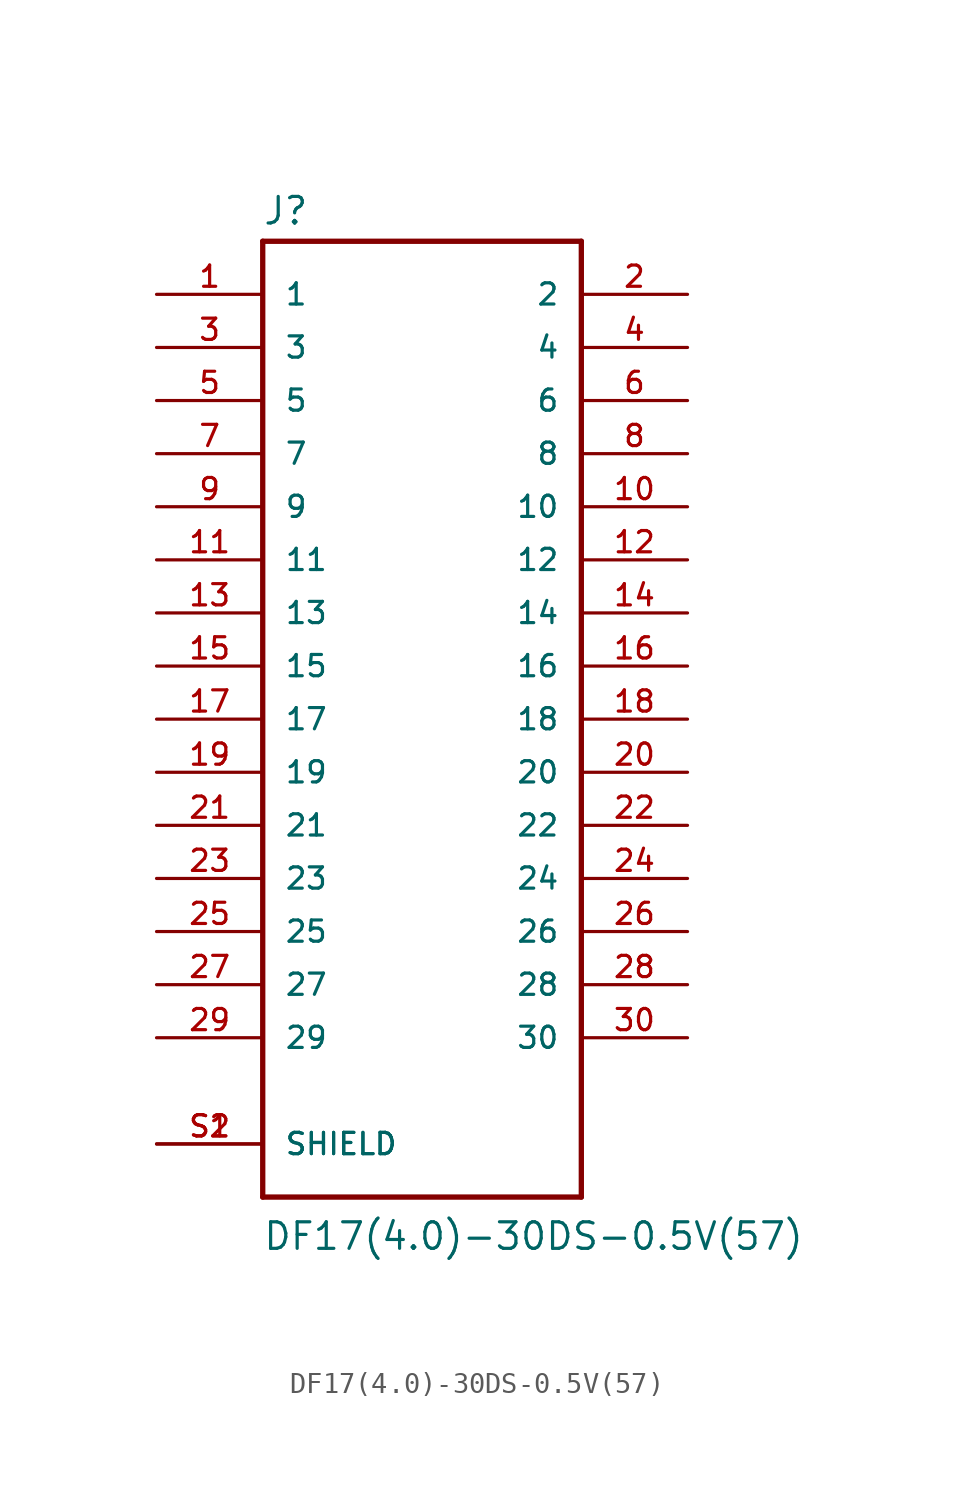
<source format=kicad_sym>
(kicad_symbol_lib
  (version 20220914)
  (generator kicad_symbol_editor)
  (symbol "DF17(4.0)-30DS-0.5V(57)"
    (pin_names
      (offset 1.016))
    (property "Reference" "J"
      (at -7.645 23.571 0)
      (effects (font (size 1.27 1.27)) (justify left bottom)))
    (property "Value" "DF17(4.0)-30DS-0.5V(57)"
      (at -7.645 -25.476 0)
      (effects (font (size 1.27 1.27)) (justify left bottom)))
    (property "ki_locked" ""
      (at 0 0 0)
      (effects (font (size 1.27 1.27))))
    (symbol "DF17(4.0)-30DS-0.5V(57)_0_0"
      (polyline (pts (xy -7.62 -22.86) (xy -7.62 22.86)) (stroke (width 0.254) (type solid)) (fill (type none)))
      (polyline (pts (xy -7.62 22.86) (xy 7.62 22.86)) (stroke (width 0.254) (type solid)) (fill (type none)))
      (polyline (pts (xy 7.62 -22.86) (xy -7.62 -22.86)) (stroke (width 0.254) (type solid)) (fill (type none)))
      (polyline (pts (xy 7.62 22.86) (xy 7.62 -22.86)) (stroke (width 0.254) (type solid)) (fill (type none)))
      (pin passive line (at -12.7 20.32 0) (length 5.08) (name "1" (effects (font (size 1.016 1.016)))) (number "1" (effects (font (size 1.016 1.016)))))
      (pin passive line (at 12.7 10.16 180) (length 5.08) (name "10" (effects (font (size 1.016 1.016)))) (number "10" (effects (font (size 1.016 1.016)))))
      (pin passive line (at -12.7 7.62 0) (length 5.08) (name "11" (effects (font (size 1.016 1.016)))) (number "11" (effects (font (size 1.016 1.016)))))
      (pin passive line (at 12.7 7.62 180) (length 5.08) (name "12" (effects (font (size 1.016 1.016)))) (number "12" (effects (font (size 1.016 1.016)))))
      (pin passive line (at -12.7 5.08 0) (length 5.08) (name "13" (effects (font (size 1.016 1.016)))) (number "13" (effects (font (size 1.016 1.016)))))
      (pin passive line (at 12.7 5.08 180) (length 5.08) (name "14" (effects (font (size 1.016 1.016)))) (number "14" (effects (font (size 1.016 1.016)))))
      (pin passive line (at -12.7 2.54 0) (length 5.08) (name "15" (effects (font (size 1.016 1.016)))) (number "15" (effects (font (size 1.016 1.016)))))
      (pin passive line (at 12.7 2.54 180) (length 5.08) (name "16" (effects (font (size 1.016 1.016)))) (number "16" (effects (font (size 1.016 1.016)))))
      (pin passive line (at -12.7 0 0) (length 5.08) (name "17" (effects (font (size 1.016 1.016)))) (number "17" (effects (font (size 1.016 1.016)))))
      (pin passive line (at 12.7 0 180) (length 5.08) (name "18" (effects (font (size 1.016 1.016)))) (number "18" (effects (font (size 1.016 1.016)))))
      (pin passive line (at -12.7 -2.54 0) (length 5.08) (name "19" (effects (font (size 1.016 1.016)))) (number "19" (effects (font (size 1.016 1.016)))))
      (pin passive line (at 12.7 20.32 180) (length 5.08) (name "2" (effects (font (size 1.016 1.016)))) (number "2" (effects (font (size 1.016 1.016)))))
      (pin passive line (at 12.7 -2.54 180) (length 5.08) (name "20" (effects (font (size 1.016 1.016)))) (number "20" (effects (font (size 1.016 1.016)))))
      (pin passive line (at -12.7 -5.08 0) (length 5.08) (name "21" (effects (font (size 1.016 1.016)))) (number "21" (effects (font (size 1.016 1.016)))))
      (pin passive line (at 12.7 -5.08 180) (length 5.08) (name "22" (effects (font (size 1.016 1.016)))) (number "22" (effects (font (size 1.016 1.016)))))
      (pin passive line (at -12.7 -7.62 0) (length 5.08) (name "23" (effects (font (size 1.016 1.016)))) (number "23" (effects (font (size 1.016 1.016)))))
      (pin passive line (at 12.7 -7.62 180) (length 5.08) (name "24" (effects (font (size 1.016 1.016)))) (number "24" (effects (font (size 1.016 1.016)))))
      (pin passive line (at -12.7 -10.16 0) (length 5.08) (name "25" (effects (font (size 1.016 1.016)))) (number "25" (effects (font (size 1.016 1.016)))))
      (pin passive line (at 12.7 -10.16 180) (length 5.08) (name "26" (effects (font (size 1.016 1.016)))) (number "26" (effects (font (size 1.016 1.016)))))
      (pin passive line (at -12.7 -12.7 0) (length 5.08) (name "27" (effects (font (size 1.016 1.016)))) (number "27" (effects (font (size 1.016 1.016)))))
      (pin passive line (at 12.7 -12.7 180) (length 5.08) (name "28" (effects (font (size 1.016 1.016)))) (number "28" (effects (font (size 1.016 1.016)))))
      (pin passive line (at -12.7 -15.24 0) (length 5.08) (name "29" (effects (font (size 1.016 1.016)))) (number "29" (effects (font (size 1.016 1.016)))))
      (pin passive line (at -12.7 17.78 0) (length 5.08) (name "3" (effects (font (size 1.016 1.016)))) (number "3" (effects (font (size 1.016 1.016)))))
      (pin passive line (at 12.7 -15.24 180) (length 5.08) (name "30" (effects (font (size 1.016 1.016)))) (number "30" (effects (font (size 1.016 1.016)))))
      (pin passive line (at 12.7 17.78 180) (length 5.08) (name "4" (effects (font (size 1.016 1.016)))) (number "4" (effects (font (size 1.016 1.016)))))
      (pin passive line (at -12.7 15.24 0) (length 5.08) (name "5" (effects (font (size 1.016 1.016)))) (number "5" (effects (font (size 1.016 1.016)))))
      (pin passive line (at 12.7 15.24 180) (length 5.08) (name "6" (effects (font (size 1.016 1.016)))) (number "6" (effects (font (size 1.016 1.016)))))
      (pin passive line (at -12.7 12.7 0) (length 5.08) (name "7" (effects (font (size 1.016 1.016)))) (number "7" (effects (font (size 1.016 1.016)))))
      (pin passive line (at 12.7 12.7 180) (length 5.08) (name "8" (effects (font (size 1.016 1.016)))) (number "8" (effects (font (size 1.016 1.016)))))
      (pin passive line (at -12.7 10.16 0) (length 5.08) (name "9" (effects (font (size 1.016 1.016)))) (number "9" (effects (font (size 1.016 1.016)))))
      (pin passive line (at -12.7 -20.32 0) (length 5.08) (name "SHIELD" (effects (font (size 1.016 1.016)))) (number "S1" (effects (font (size 1.016 1.016)))))
      (pin passive line (at -12.7 -20.32 0) (length 5.08) (name "SHIELD" (effects (font (size 1.016 1.016)))) (number "S2" (effects (font (size 1.016 1.016))))))))
</source>
